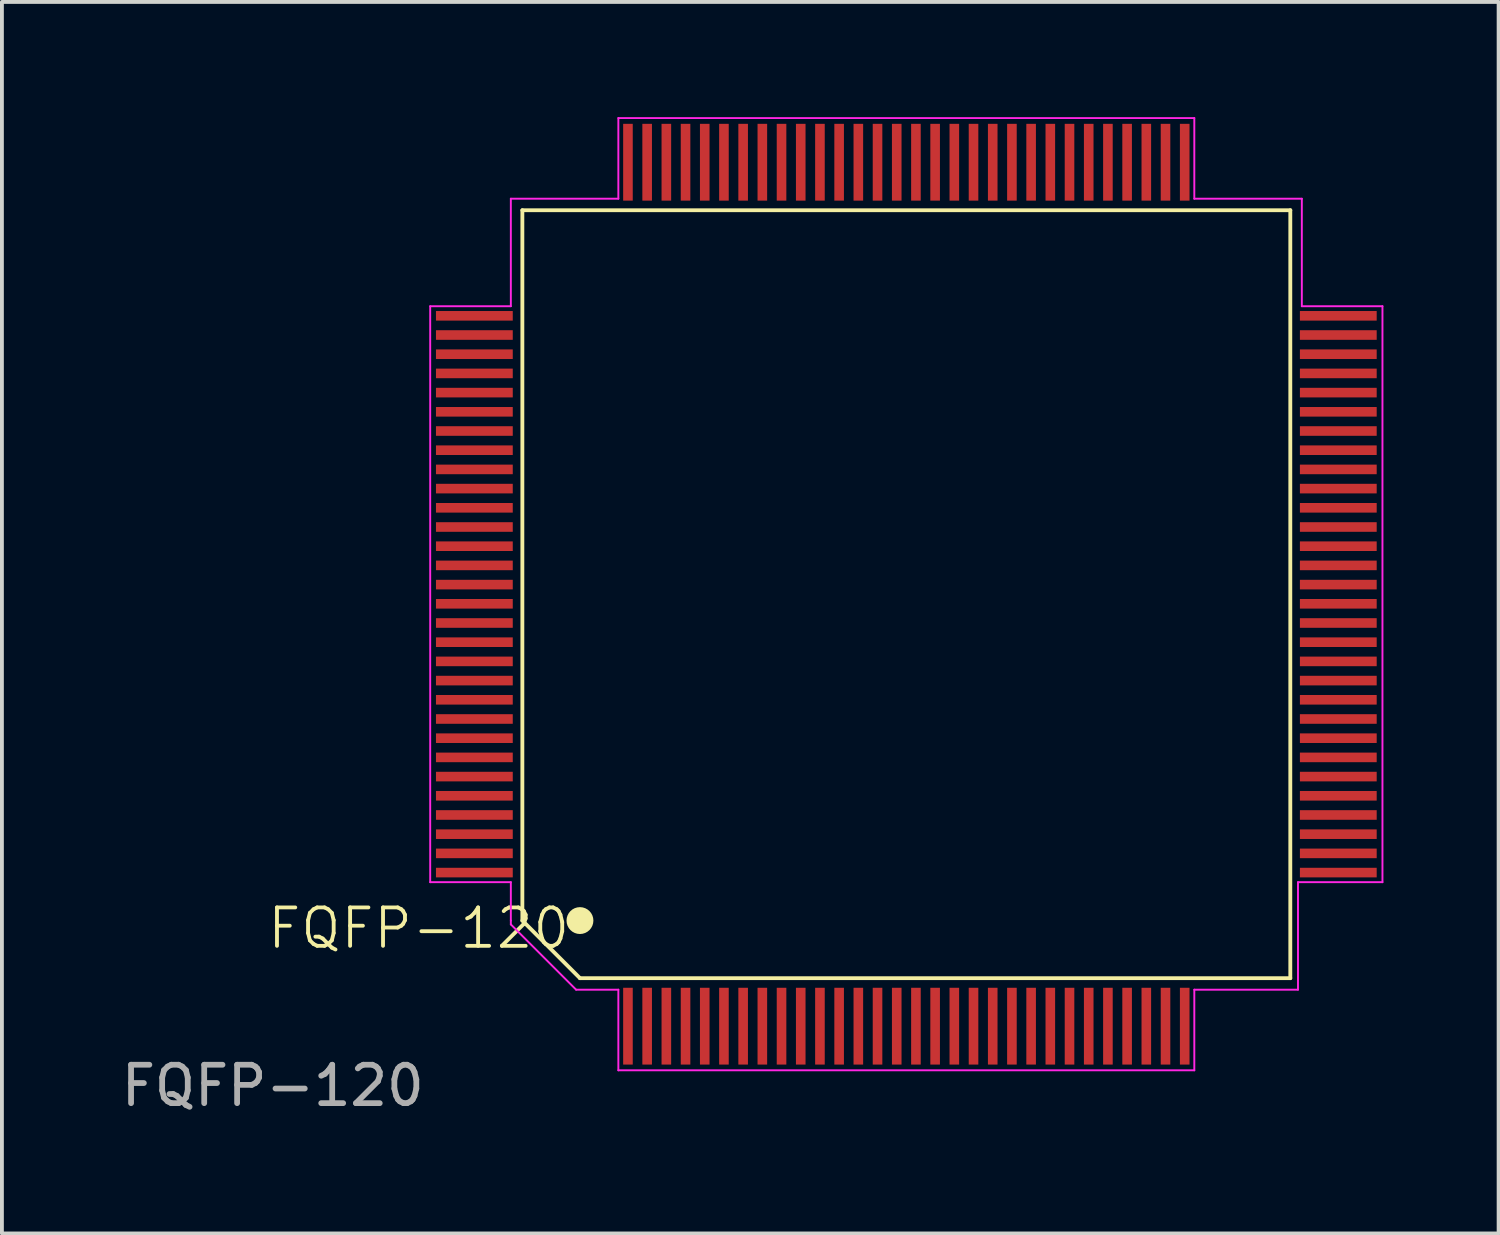
<source format=kicad_pcb>
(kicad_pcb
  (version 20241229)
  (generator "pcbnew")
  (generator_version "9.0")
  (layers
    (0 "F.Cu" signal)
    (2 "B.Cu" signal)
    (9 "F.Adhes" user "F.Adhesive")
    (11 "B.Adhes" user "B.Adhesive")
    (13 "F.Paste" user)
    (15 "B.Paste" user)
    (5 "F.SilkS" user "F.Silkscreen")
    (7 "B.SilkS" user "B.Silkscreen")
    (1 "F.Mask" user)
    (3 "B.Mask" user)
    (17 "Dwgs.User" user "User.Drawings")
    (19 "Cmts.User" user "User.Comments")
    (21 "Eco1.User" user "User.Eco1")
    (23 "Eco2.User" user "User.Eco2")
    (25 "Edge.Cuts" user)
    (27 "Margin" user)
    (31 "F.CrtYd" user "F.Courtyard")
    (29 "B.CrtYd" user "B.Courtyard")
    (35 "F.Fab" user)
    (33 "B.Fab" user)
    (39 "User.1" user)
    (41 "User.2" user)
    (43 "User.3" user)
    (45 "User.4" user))
  (footprint "FQFP-120"
    (layer "F.Cu")
    (at 10.554 22.425)
    (property "Reference" "FQFP-120" (at -2.7 -1.3 0) (unlocked yes) (layer "F.SilkS") (effects (font (size 1 1) (thickness 0.1))))
    (attr smd)
    (fp_line (start 0 -20) (end 0 -1.5) (stroke (width 0.1) (type default)) (layer "F.SilkS"))
    (fp_line (start 0 -1.5) (end 1.5 0) (stroke (width 0.1) (type default)) (layer "F.SilkS"))
    (fp_line (start 1.5 0) (end 20 0) (stroke (width 0.1) (type default)) (layer "F.SilkS"))
    (fp_line (start 20 -20) (end 0 -20) (stroke (width 0.1) (type default)) (layer "F.SilkS"))
    (fp_line (start 20 0) (end 20 -20) (stroke (width 0.1) (type default)) (layer "F.SilkS"))
    (fp_circle (center 1.5 -1.5) (end 1.8 -1.5) (stroke (width 0.1) (type solid)) (fill yes) (layer "F.SilkS"))
    (fp_line (start -2.4 -17.5) (end -2.4 -2.5) (stroke (width 0.05) (type default)) (layer "F.CrtYd"))
    (fp_line (start -2.4 -2.5) (end -0.3 -2.5) (stroke (width 0.05) (type default)) (layer "F.CrtYd"))
    (fp_line (start -0.3 -20.3) (end -0.3 -17.5) (stroke (width 0.05) (type default)) (layer "F.CrtYd"))
    (fp_line (start -0.3 -17.5) (end -2.4 -17.5) (stroke (width 0.05) (type default)) (layer "F.CrtYd"))
    (fp_line (start -0.3 -2.5) (end -0.3 -1.5) (stroke (width 0.05) (type default)) (layer "F.CrtYd"))
    (fp_line (start -0.3 -1.5) (end -0.3 -1.4) (stroke (width 0.05) (type default)) (layer "F.CrtYd"))
    (fp_line (start -0.3 -1.4) (end 1.4 0.3) (stroke (width 0.05) (type default)) (layer "F.CrtYd"))
    (fp_line (start 2.5 -22.4) (end 2.5 -20.3) (stroke (width 0.05) (type default)) (layer "F.CrtYd"))
    (fp_line (start 2.5 -20.3) (end -0.3 -20.3) (stroke (width 0.05) (type default)) (layer "F.CrtYd"))
    (fp_line (start 2.5 0.3) (end 1.4 0.3) (stroke (width 0.05) (type default)) (layer "F.CrtYd"))
    (fp_line (start 2.5 0.3) (end 2.5 2.4) (stroke (width 0.05) (type default)) (layer "F.CrtYd"))
    (fp_line (start 2.5 2.4) (end 17.5 2.4) (stroke (width 0.05) (type default)) (layer "F.CrtYd"))
    (fp_line (start 17.5 -22.4) (end 2.5 -22.4) (stroke (width 0.05) (type default)) (layer "F.CrtYd"))
    (fp_line (start 17.5 -20.3) (end 17.5 -22.4) (stroke (width 0.05) (type default)) (layer "F.CrtYd"))
    (fp_line (start 17.5 0.3) (end 20.2 0.3) (stroke (width 0.05) (type default)) (layer "F.CrtYd"))
    (fp_line (start 17.5 2.4) (end 17.5 0.3) (stroke (width 0.05) (type default)) (layer "F.CrtYd"))
    (fp_line (start 20.2 -2.5) (end 22.4 -2.5) (stroke (width 0.05) (type default)) (layer "F.CrtYd"))
    (fp_line (start 20.2 0.3) (end 20.2 -2.5) (stroke (width 0.05) (type default)) (layer "F.CrtYd"))
    (fp_line (start 20.3 -20.3) (end 17.5 -20.3) (stroke (width 0.05) (type default)) (layer "F.CrtYd"))
    (fp_line (start 20.3 -17.5) (end 20.3 -20.3) (stroke (width 0.05) (type default)) (layer "F.CrtYd"))
    (fp_line (start 22.4 -17.5) (end 20.3 -17.5) (stroke (width 0.05) (type default)) (layer "F.CrtYd"))
    (fp_line (start 22.4 -2.5) (end 22.4 -17.5) (stroke (width 0.05) (type default)) (layer "F.CrtYd"))
    (fp_text user "${REFERENCE}" (at -6.5 2.8 0) (unlocked yes) (layer "F.Fab") (effects (font (size 1 1) (thickness 0.15))))
    (pad "1" smd rect (at 2.75 1.25) (size 0.25 2) (layers "F.Cu" "F.Mask" "F.Paste"))
    (pad "2" smd rect (at 3.25 1.25) (size 0.25 2) (layers "F.Cu" "F.Mask" "F.Paste"))
    (pad "3" smd rect (at 3.75 1.25) (size 0.25 2) (layers "F.Cu" "F.Mask" "F.Paste"))
    (pad "4" smd rect (at 4.25 1.25) (size 0.25 2) (layers "F.Cu" "F.Mask" "F.Paste"))
    (pad "5" smd rect (at 4.75 1.25) (size 0.25 2) (layers "F.Cu" "F.Mask" "F.Paste"))
    (pad "6" smd rect (at 5.25 1.25) (size 0.25 2) (layers "F.Cu" "F.Mask" "F.Paste"))
    (pad "7" smd rect (at 5.75 1.25) (size 0.25 2) (layers "F.Cu" "F.Mask" "F.Paste"))
    (pad "8" smd rect (at 6.25 1.25) (size 0.25 2) (layers "F.Cu" "F.Mask" "F.Paste"))
    (pad "9" smd rect (at 6.75 1.25) (size 0.25 2) (layers "F.Cu" "F.Mask" "F.Paste"))
    (pad "10" smd rect (at 7.25 1.25) (size 0.25 2) (layers "F.Cu" "F.Mask" "F.Paste"))
    (pad "11" smd rect (at 7.75 1.25) (size 0.25 2) (layers "F.Cu" "F.Mask" "F.Paste"))
    (pad "12" smd rect (at 8.25 1.25) (size 0.25 2) (layers "F.Cu" "F.Mask" "F.Paste"))
    (pad "13" smd rect (at 8.75 1.25) (size 0.25 2) (layers "F.Cu" "F.Mask" "F.Paste"))
    (pad "14" smd rect (at 9.25 1.25) (size 0.25 2) (layers "F.Cu" "F.Mask" "F.Paste"))
    (pad "15" smd rect (at 9.75 1.25) (size 0.25 2) (layers "F.Cu" "F.Mask" "F.Paste"))
    (pad "16" smd rect (at 10.25 1.25) (size 0.25 2) (layers "F.Cu" "F.Mask" "F.Paste"))
    (pad "17" smd rect (at 10.75 1.25) (size 0.25 2) (layers "F.Cu" "F.Mask" "F.Paste"))
    (pad "18" smd rect (at 11.25 1.25) (size 0.25 2) (layers "F.Cu" "F.Mask" "F.Paste"))
    (pad "19" smd rect (at 11.75 1.25) (size 0.25 2) (layers "F.Cu" "F.Mask" "F.Paste"))
    (pad "20" smd rect (at 12.25 1.25) (size 0.25 2) (layers "F.Cu" "F.Mask" "F.Paste"))
    (pad "21" smd rect (at 12.75 1.25) (size 0.25 2) (layers "F.Cu" "F.Mask" "F.Paste"))
    (pad "22" smd rect (at 13.25 1.25) (size 0.25 2) (layers "F.Cu" "F.Mask" "F.Paste"))
    (pad "23" smd rect (at 13.75 1.25) (size 0.25 2) (layers "F.Cu" "F.Mask" "F.Paste"))
    (pad "24" smd rect (at 14.25 1.25) (size 0.25 2) (layers "F.Cu" "F.Mask" "F.Paste"))
    (pad "25" smd rect (at 14.75 1.25) (size 0.25 2) (layers "F.Cu" "F.Mask" "F.Paste"))
    (pad "26" smd rect (at 15.25 1.25) (size 0.25 2) (layers "F.Cu" "F.Mask" "F.Paste"))
    (pad "27" smd rect (at 15.75 1.25) (size 0.25 2) (layers "F.Cu" "F.Mask" "F.Paste"))
    (pad "28" smd rect (at 16.25 1.25) (size 0.25 2) (layers "F.Cu" "F.Mask" "F.Paste"))
    (pad "29" smd rect (at 16.75 1.25) (size 0.25 2) (layers "F.Cu" "F.Mask" "F.Paste"))
    (pad "30" smd rect (at 17.25 1.25) (size 0.25 2) (layers "F.Cu" "F.Mask" "F.Paste"))
    (pad "31" smd rect (at 21.25 -2.75 90) (size 0.25 2) (layers "F.Cu" "F.Mask" "F.Paste"))
    (pad "32" smd rect (at 21.25 -3.25 90) (size 0.25 2) (layers "F.Cu" "F.Mask" "F.Paste"))
    (pad "33" smd rect (at 21.25 -3.75 90) (size 0.25 2) (layers "F.Cu" "F.Mask" "F.Paste"))
    (pad "34" smd rect (at 21.25 -4.25 90) (size 0.25 2) (layers "F.Cu" "F.Mask" "F.Paste"))
    (pad "35" smd rect (at 21.25 -4.75 90) (size 0.25 2) (layers "F.Cu" "F.Mask" "F.Paste"))
    (pad "36" smd rect (at 21.25 -5.25 90) (size 0.25 2) (layers "F.Cu" "F.Mask" "F.Paste"))
    (pad "37" smd rect (at 21.25 -5.75 90) (size 0.25 2) (layers "F.Cu" "F.Mask" "F.Paste"))
    (pad "38" smd rect (at 21.25 -6.25 90) (size 0.25 2) (layers "F.Cu" "F.Mask" "F.Paste"))
    (pad "39" smd rect (at 21.25 -6.75 90) (size 0.25 2) (layers "F.Cu" "F.Mask" "F.Paste"))
    (pad "40" smd rect (at 21.25 -7.25 90) (size 0.25 2) (layers "F.Cu" "F.Mask" "F.Paste"))
    (pad "41" smd rect (at 21.25 -7.75 90) (size 0.25 2) (layers "F.Cu" "F.Mask" "F.Paste"))
    (pad "42" smd rect (at 21.25 -8.25 90) (size 0.25 2) (layers "F.Cu" "F.Mask" "F.Paste"))
    (pad "43" smd rect (at 21.25 -8.75 90) (size 0.25 2) (layers "F.Cu" "F.Mask" "F.Paste"))
    (pad "44" smd rect (at 21.25 -9.25 90) (size 0.25 2) (layers "F.Cu" "F.Mask" "F.Paste"))
    (pad "45" smd rect (at 21.25 -9.75 90) (size 0.25 2) (layers "F.Cu" "F.Mask" "F.Paste"))
    (pad "46" smd rect (at 21.25 -10.25 90) (size 0.25 2) (layers "F.Cu" "F.Mask" "F.Paste"))
    (pad "47" smd rect (at 21.25 -10.75 90) (size 0.25 2) (layers "F.Cu" "F.Mask" "F.Paste"))
    (pad "48" smd rect (at 21.25 -11.25 90) (size 0.25 2) (layers "F.Cu" "F.Mask" "F.Paste"))
    (pad "49" smd rect (at 21.25 -11.75 90) (size 0.25 2) (layers "F.Cu" "F.Mask" "F.Paste"))
    (pad "50" smd rect (at 21.25 -12.25 90) (size 0.25 2) (layers "F.Cu" "F.Mask" "F.Paste"))
    (pad "51" smd rect (at 21.25 -12.75 90) (size 0.25 2) (layers "F.Cu" "F.Mask" "F.Paste"))
    (pad "52" smd rect (at 21.25 -13.25 90) (size 0.25 2) (layers "F.Cu" "F.Mask" "F.Paste"))
    (pad "53" smd rect (at 21.25 -13.75 90) (size 0.25 2) (layers "F.Cu" "F.Mask" "F.Paste"))
    (pad "54" smd rect (at 21.25 -14.25 90) (size 0.25 2) (layers "F.Cu" "F.Mask" "F.Paste"))
    (pad "55" smd rect (at 21.25 -14.75 90) (size 0.25 2) (layers "F.Cu" "F.Mask" "F.Paste"))
    (pad "56" smd rect (at 21.25 -15.25 90) (size 0.25 2) (layers "F.Cu" "F.Mask" "F.Paste"))
    (pad "57" smd rect (at 21.25 -15.75 90) (size 0.25 2) (layers "F.Cu" "F.Mask" "F.Paste"))
    (pad "58" smd rect (at 21.25 -16.25 90) (size 0.25 2) (layers "F.Cu" "F.Mask" "F.Paste"))
    (pad "59" smd rect (at 21.25 -16.75 90) (size 0.25 2) (layers "F.Cu" "F.Mask" "F.Paste"))
    (pad "60" smd rect (at 21.25 -17.25 90) (size 0.25 2) (layers "F.Cu" "F.Mask" "F.Paste"))
    (pad "61" smd rect (at 17.25 -21.25) (size 0.25 2) (layers "F.Cu" "F.Mask" "F.Paste"))
    (pad "62" smd rect (at 16.75 -21.25) (size 0.25 2) (layers "F.Cu" "F.Mask" "F.Paste"))
    (pad "63" smd rect (at 16.25 -21.25) (size 0.25 2) (layers "F.Cu" "F.Mask" "F.Paste"))
    (pad "64" smd rect (at 15.75 -21.25) (size 0.25 2) (layers "F.Cu" "F.Mask" "F.Paste"))
    (pad "65" smd rect (at 15.25 -21.25) (size 0.25 2) (layers "F.Cu" "F.Mask" "F.Paste"))
    (pad "66" smd rect (at 14.75 -21.25) (size 0.25 2) (layers "F.Cu" "F.Mask" "F.Paste"))
    (pad "67" smd rect (at 14.25 -21.25) (size 0.25 2) (layers "F.Cu" "F.Mask" "F.Paste"))
    (pad "68" smd rect (at 13.75 -21.25) (size 0.25 2) (layers "F.Cu" "F.Mask" "F.Paste"))
    (pad "69" smd rect (at 13.25 -21.25) (size 0.25 2) (layers "F.Cu" "F.Mask" "F.Paste"))
    (pad "70" smd rect (at 12.75 -21.25) (size 0.25 2) (layers "F.Cu" "F.Mask" "F.Paste"))
    (pad "71" smd rect (at 12.25 -21.25) (size 0.25 2) (layers "F.Cu" "F.Mask" "F.Paste"))
    (pad "72" smd rect (at 11.75 -21.25) (size 0.25 2) (layers "F.Cu" "F.Mask" "F.Paste"))
    (pad "73" smd rect (at 11.25 -21.25) (size 0.25 2) (layers "F.Cu" "F.Mask" "F.Paste"))
    (pad "74" smd rect (at 10.75 -21.25) (size 0.25 2) (layers "F.Cu" "F.Mask" "F.Paste"))
    (pad "75" smd rect (at 10.25 -21.25) (size 0.25 2) (layers "F.Cu" "F.Mask" "F.Paste"))
    (pad "76" smd rect (at 9.75 -21.25) (size 0.25 2) (layers "F.Cu" "F.Mask" "F.Paste"))
    (pad "77" smd rect (at 9.25 -21.25) (size 0.25 2) (layers "F.Cu" "F.Mask" "F.Paste"))
    (pad "78" smd rect (at 8.75 -21.25) (size 0.25 2) (layers "F.Cu" "F.Mask" "F.Paste"))
    (pad "79" smd rect (at 8.25 -21.25) (size 0.25 2) (layers "F.Cu" "F.Mask" "F.Paste"))
    (pad "80" smd rect (at 7.75 -21.25) (size 0.25 2) (layers "F.Cu" "F.Mask" "F.Paste"))
    (pad "81" smd rect (at 7.25 -21.25) (size 0.25 2) (layers "F.Cu" "F.Mask" "F.Paste"))
    (pad "82" smd rect (at 6.75 -21.25) (size 0.25 2) (layers "F.Cu" "F.Mask" "F.Paste"))
    (pad "83" smd rect (at 6.25 -21.25) (size 0.25 2) (layers "F.Cu" "F.Mask" "F.Paste"))
    (pad "84" smd rect (at 5.75 -21.25) (size 0.25 2) (layers "F.Cu" "F.Mask" "F.Paste"))
    (pad "85" smd rect (at 5.25 -21.25) (size 0.25 2) (layers "F.Cu" "F.Mask" "F.Paste"))
    (pad "86" smd rect (at 4.75 -21.25) (size 0.25 2) (layers "F.Cu" "F.Mask" "F.Paste"))
    (pad "87" smd rect (at 4.25 -21.25) (size 0.25 2) (layers "F.Cu" "F.Mask" "F.Paste"))
    (pad "88" smd rect (at 3.75 -21.25) (size 0.25 2) (layers "F.Cu" "F.Mask" "F.Paste"))
    (pad "89" smd rect (at 3.25 -21.25) (size 0.25 2) (layers "F.Cu" "F.Mask" "F.Paste"))
    (pad "90" smd rect (at 2.75 -21.25) (size 0.25 2) (layers "F.Cu" "F.Mask" "F.Paste"))
    (pad "91" smd rect (at -1.25 -17.25 90) (size 0.25 2) (layers "F.Cu" "F.Mask" "F.Paste"))
    (pad "92" smd rect (at -1.25 -16.75 90) (size 0.25 2) (layers "F.Cu" "F.Mask" "F.Paste"))
    (pad "93" smd rect (at -1.25 -16.25 90) (size 0.25 2) (layers "F.Cu" "F.Mask" "F.Paste"))
    (pad "94" smd rect (at -1.25 -15.75 90) (size 0.25 2) (layers "F.Cu" "F.Mask" "F.Paste"))
    (pad "95" smd rect (at -1.25 -15.25 90) (size 0.25 2) (layers "F.Cu" "F.Mask" "F.Paste"))
    (pad "96" smd rect (at -1.25 -14.75 90) (size 0.25 2) (layers "F.Cu" "F.Mask" "F.Paste"))
    (pad "97" smd rect (at -1.25 -14.25 90) (size 0.25 2) (layers "F.Cu" "F.Mask" "F.Paste"))
    (pad "98" smd rect (at -1.25 -13.75 90) (size 0.25 2) (layers "F.Cu" "F.Mask" "F.Paste"))
    (pad "99" smd rect (at -1.25 -13.25 90) (size 0.25 2) (layers "F.Cu" "F.Mask" "F.Paste"))
    (pad "100" smd rect (at -1.25 -12.75 90) (size 0.25 2) (layers "F.Cu" "F.Mask" "F.Paste"))
    (pad "101" smd rect (at -1.25 -12.25 90) (size 0.25 2) (layers "F.Cu" "F.Mask" "F.Paste"))
    (pad "102" smd rect (at -1.25 -11.75 90) (size 0.25 2) (layers "F.Cu" "F.Mask" "F.Paste"))
    (pad "103" smd rect (at -1.25 -11.25 90) (size 0.25 2) (layers "F.Cu" "F.Mask" "F.Paste"))
    (pad "104" smd rect (at -1.25 -10.75 90) (size 0.25 2) (layers "F.Cu" "F.Mask" "F.Paste"))
    (pad "105" smd rect (at -1.25 -10.25 90) (size 0.25 2) (layers "F.Cu" "F.Mask" "F.Paste"))
    (pad "106" smd rect (at -1.25 -9.75 90) (size 0.25 2) (layers "F.Cu" "F.Mask" "F.Paste"))
    (pad "107" smd rect (at -1.25 -9.25 90) (size 0.25 2) (layers "F.Cu" "F.Mask" "F.Paste"))
    (pad "108" smd rect (at -1.25 -8.75 90) (size 0.25 2) (layers "F.Cu" "F.Mask" "F.Paste"))
    (pad "109" smd rect (at -1.25 -8.25 90) (size 0.25 2) (layers "F.Cu" "F.Mask" "F.Paste"))
    (pad "110" smd rect (at -1.25 -7.75 90) (size 0.25 2) (layers "F.Cu" "F.Mask" "F.Paste"))
    (pad "111" smd rect (at -1.25 -7.25 90) (size 0.25 2) (layers "F.Cu" "F.Mask" "F.Paste"))
    (pad "112" smd rect (at -1.25 -6.75 90) (size 0.25 2) (layers "F.Cu" "F.Mask" "F.Paste"))
    (pad "113" smd rect (at -1.25 -6.25 90) (size 0.25 2) (layers "F.Cu" "F.Mask" "F.Paste"))
    (pad "114" smd rect (at -1.25 -5.75 90) (size 0.25 2) (layers "F.Cu" "F.Mask" "F.Paste"))
    (pad "115" smd rect (at -1.25 -5.25 90) (size 0.25 2) (layers "F.Cu" "F.Mask" "F.Paste"))
    (pad "116" smd rect (at -1.25 -4.75 90) (size 0.25 2) (layers "F.Cu" "F.Mask" "F.Paste"))
    (pad "117" smd rect (at -1.25 -4.25 90) (size 0.25 2) (layers "F.Cu" "F.Mask" "F.Paste"))
    (pad "118" smd rect (at -1.25 -3.75 90) (size 0.25 2) (layers "F.Cu" "F.Mask" "F.Paste"))
    (pad "119" smd rect (at -1.25 -3.25 90) (size 0.25 2) (layers "F.Cu" "F.Mask" "F.Paste"))
    (pad "120" smd rect (at -1.25 -2.75 90) (size 0.25 2) (layers "F.Cu" "F.Mask" "F.Paste")))
  (gr_rect
    (start -3 -3)
    (end 35.979 29.073)
    (stroke (width 0.1) (type default))
    (fill no)
    (layer "Edge.Cuts")))
</source>
